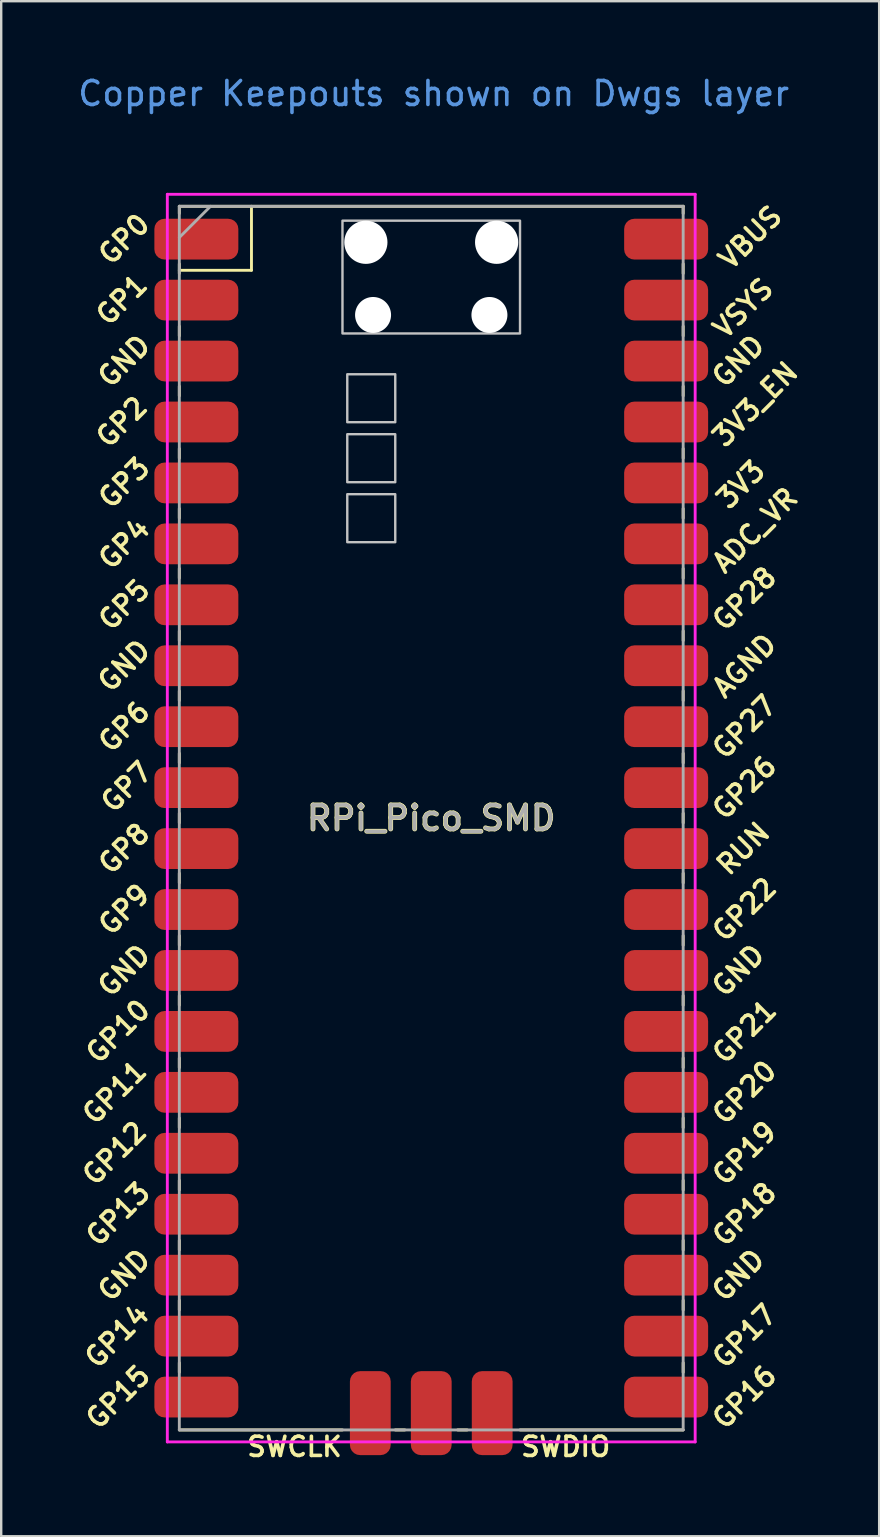
<source format=kicad_pcb>
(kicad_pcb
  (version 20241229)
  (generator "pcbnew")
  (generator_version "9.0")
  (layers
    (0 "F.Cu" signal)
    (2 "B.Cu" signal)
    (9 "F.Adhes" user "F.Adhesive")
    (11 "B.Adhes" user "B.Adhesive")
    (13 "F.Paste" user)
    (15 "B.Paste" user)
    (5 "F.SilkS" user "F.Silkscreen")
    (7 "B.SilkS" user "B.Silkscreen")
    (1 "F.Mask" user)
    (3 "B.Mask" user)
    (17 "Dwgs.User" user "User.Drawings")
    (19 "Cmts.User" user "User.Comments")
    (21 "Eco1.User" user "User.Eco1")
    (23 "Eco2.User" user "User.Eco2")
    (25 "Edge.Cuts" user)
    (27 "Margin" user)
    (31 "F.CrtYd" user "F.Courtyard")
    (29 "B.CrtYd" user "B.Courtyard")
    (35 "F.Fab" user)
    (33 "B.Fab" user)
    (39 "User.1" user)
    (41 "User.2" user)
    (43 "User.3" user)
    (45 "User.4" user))
  (footprint "RPi_Pico_SMD"
    (layer "F.Cu")
    (at 14.924 31.048)
    (property "Reference" "RPi_Pico_SMD" (at 0 0 180) (layer "F.SilkS") (effects (font (size 1 1) (thickness 0.2))))
    (attr through_hole)
    (fp_line (start -10.5 -25.5) (end -10.5 -25.2) (stroke (width 0.12) (type solid)) (layer "F.SilkS"))
    (fp_line (start -10.5 -25.5) (end 10.5 -25.5) (stroke (width 0.12) (type solid)) (layer "F.SilkS"))
    (fp_line (start -10.5 -23.1) (end -10.5 -22.7) (stroke (width 0.12) (type solid)) (layer "F.SilkS"))
    (fp_line (start -10.5 -22.833) (end -7.493 -22.833) (stroke (width 0.12) (type solid)) (layer "F.SilkS"))
    (fp_line (start -10.5 -20.5) (end -10.5 -20.1) (stroke (width 0.12) (type solid)) (layer "F.SilkS"))
    (fp_line (start -10.5 -18) (end -10.5 -17.6) (stroke (width 0.12) (type solid)) (layer "F.SilkS"))
    (fp_line (start -10.5 -15.4) (end -10.5 -15) (stroke (width 0.12) (type solid)) (layer "F.SilkS"))
    (fp_line (start -10.5 -12.9) (end -10.5 -12.5) (stroke (width 0.12) (type solid)) (layer "F.SilkS"))
    (fp_line (start -10.5 -10.4) (end -10.5 -10) (stroke (width 0.12) (type solid)) (layer "F.SilkS"))
    (fp_line (start -10.5 -7.8) (end -10.5 -7.4) (stroke (width 0.12) (type solid)) (layer "F.SilkS"))
    (fp_line (start -10.5 -5.3) (end -10.5 -4.9) (stroke (width 0.12) (type solid)) (layer "F.SilkS"))
    (fp_line (start -10.5 -2.7) (end -10.5 -2.3) (stroke (width 0.12) (type solid)) (layer "F.SilkS"))
    (fp_line (start -10.5 -0.2) (end -10.5 0.2) (stroke (width 0.12) (type solid)) (layer "F.SilkS"))
    (fp_line (start -10.5 2.3) (end -10.5 2.7) (stroke (width 0.12) (type solid)) (layer "F.SilkS"))
    (fp_line (start -10.5 4.9) (end -10.5 5.3) (stroke (width 0.12) (type solid)) (layer "F.SilkS"))
    (fp_line (start -10.5 7.4) (end -10.5 7.8) (stroke (width 0.12) (type solid)) (layer "F.SilkS"))
    (fp_line (start -10.5 10) (end -10.5 10.4) (stroke (width 0.12) (type solid)) (layer "F.SilkS"))
    (fp_line (start -10.5 12.5) (end -10.5 12.9) (stroke (width 0.12) (type solid)) (layer "F.SilkS"))
    (fp_line (start -10.5 15.1) (end -10.5 15.5) (stroke (width 0.12) (type solid)) (layer "F.SilkS"))
    (fp_line (start -10.5 17.6) (end -10.5 18) (stroke (width 0.12) (type solid)) (layer "F.SilkS"))
    (fp_line (start -10.5 20.1) (end -10.5 20.5) (stroke (width 0.12) (type solid)) (layer "F.SilkS"))
    (fp_line (start -10.5 22.7) (end -10.5 23.1) (stroke (width 0.12) (type solid)) (layer "F.SilkS"))
    (fp_line (start -7.493 -22.833) (end -7.493 -25.5) (stroke (width 0.12) (type solid)) (layer "F.SilkS"))
    (fp_line (start -3.7 25.5) (end -10.5 25.5) (stroke (width 0.12) (type solid)) (layer "F.SilkS"))
    (fp_line (start -1.5 25.5) (end -1.1 25.5) (stroke (width 0.12) (type solid)) (layer "F.SilkS"))
    (fp_line (start 1.1 25.5) (end 1.5 25.5) (stroke (width 0.12) (type solid)) (layer "F.SilkS"))
    (fp_line (start 10.5 -25.5) (end 10.5 -25.2) (stroke (width 0.12) (type solid)) (layer "F.SilkS"))
    (fp_line (start 10.5 -23.1) (end 10.5 -22.7) (stroke (width 0.12) (type solid)) (layer "F.SilkS"))
    (fp_line (start 10.5 -20.5) (end 10.5 -20.1) (stroke (width 0.12) (type solid)) (layer "F.SilkS"))
    (fp_line (start 10.5 -18) (end 10.5 -17.6) (stroke (width 0.12) (type solid)) (layer "F.SilkS"))
    (fp_line (start 10.5 -15.4) (end 10.5 -15) (stroke (width 0.12) (type solid)) (layer "F.SilkS"))
    (fp_line (start 10.5 -12.9) (end 10.5 -12.5) (stroke (width 0.12) (type solid)) (layer "F.SilkS"))
    (fp_line (start 10.5 -10.4) (end 10.5 -10) (stroke (width 0.12) (type solid)) (layer "F.SilkS"))
    (fp_line (start 10.5 -7.8) (end 10.5 -7.4) (stroke (width 0.12) (type solid)) (layer "F.SilkS"))
    (fp_line (start 10.5 -5.3) (end 10.5 -4.9) (stroke (width 0.12) (type solid)) (layer "F.SilkS"))
    (fp_line (start 10.5 -2.7) (end 10.5 -2.3) (stroke (width 0.12) (type solid)) (layer "F.SilkS"))
    (fp_line (start 10.5 -0.2) (end 10.5 0.2) (stroke (width 0.12) (type solid)) (layer "F.SilkS"))
    (fp_line (start 10.5 2.3) (end 10.5 2.7) (stroke (width 0.12) (type solid)) (layer "F.SilkS"))
    (fp_line (start 10.5 4.9) (end 10.5 5.3) (stroke (width 0.12) (type solid)) (layer "F.SilkS"))
    (fp_line (start 10.5 7.4) (end 10.5 7.8) (stroke (width 0.12) (type solid)) (layer "F.SilkS"))
    (fp_line (start 10.5 10) (end 10.5 10.4) (stroke (width 0.12) (type solid)) (layer "F.SilkS"))
    (fp_line (start 10.5 12.5) (end 10.5 12.9) (stroke (width 0.12) (type solid)) (layer "F.SilkS"))
    (fp_line (start 10.5 15.1) (end 10.5 15.5) (stroke (width 0.12) (type solid)) (layer "F.SilkS"))
    (fp_line (start 10.5 17.6) (end 10.5 18) (stroke (width 0.12) (type solid)) (layer "F.SilkS"))
    (fp_line (start 10.5 20.1) (end 10.5 20.5) (stroke (width 0.12) (type solid)) (layer "F.SilkS"))
    (fp_line (start 10.5 22.7) (end 10.5 23.1) (stroke (width 0.12) (type solid)) (layer "F.SilkS"))
    (fp_line (start 10.5 25.5) (end 3.7 25.5) (stroke (width 0.12) (type solid)) (layer "F.SilkS"))
    (fp_poly (pts (xy -1.5 -16.5) (xy -3.5 -16.5) (xy -3.5 -18.5) (xy -1.5 -18.5)) (stroke (width 0.1) (type solid)) (fill no) (layer "Dwgs.User"))
    (fp_poly (pts (xy -1.5 -14) (xy -3.5 -14) (xy -3.5 -16) (xy -1.5 -16)) (stroke (width 0.1) (type solid)) (fill no) (layer "Dwgs.User"))
    (fp_poly (pts (xy -1.5 -11.5) (xy -3.5 -11.5) (xy -3.5 -13.5) (xy -1.5 -13.5)) (stroke (width 0.1) (type solid)) (fill no) (layer "Dwgs.User"))
    (fp_poly (pts (xy 3.7 -20.2) (xy -3.7 -20.2) (xy -3.7 -24.9) (xy 3.7 -24.9)) (stroke (width 0.1) (type solid)) (fill no) (layer "Dwgs.User"))
    (fp_line (start -11 -26) (end 11 -26) (stroke (width 0.12) (type solid)) (layer "F.CrtYd"))
    (fp_line (start -11 26) (end -11 -26) (stroke (width 0.12) (type solid)) (layer "F.CrtYd"))
    (fp_line (start 11 -26) (end 11 26) (stroke (width 0.12) (type solid)) (layer "F.CrtYd"))
    (fp_line (start 11 26) (end -11 26) (stroke (width 0.12) (type solid)) (layer "F.CrtYd"))
    (fp_line (start -10.5 -25.5) (end 10.5 -25.5) (stroke (width 0.12) (type solid)) (layer "F.Fab"))
    (fp_line (start -10.5 -24.2) (end -9.2 -25.5) (stroke (width 0.12) (type solid)) (layer "F.Fab"))
    (fp_line (start -10.5 25.5) (end -10.5 -25.5) (stroke (width 0.12) (type solid)) (layer "F.Fab"))
    (fp_line (start 10.5 -25.5) (end 10.5 25.5) (stroke (width 0.12) (type solid)) (layer "F.Fab"))
    (fp_line (start 10.5 25.5) (end -10.5 25.5) (stroke (width 0.12) (type solid)) (layer "F.Fab"))
    (fp_text user "GP2" (at -12.9 -16.51 225) (layer "F.SilkS") (effects (font (size 0.8 0.8) (thickness 0.15))))
    (fp_text user "SWDIO" (at 5.6 26.2 180) (layer "F.SilkS") (effects (font (size 0.8 0.8) (thickness 0.15))))
    (fp_text user "GP15" (at -13.054 24.13 225) (layer "F.SilkS") (effects (font (size 0.8 0.8) (thickness 0.15))))
    (fp_text user "GND" (at -12.8 6.35 225) (layer "F.SilkS") (effects (font (size 0.8 0.8) (thickness 0.15))))
    (fp_text user "GP3" (at -12.8 -13.97 225) (layer "F.SilkS") (effects (font (size 0.8 0.8) (thickness 0.15))))
    (fp_text user "GP28" (at 13.054 -9.144 225) (layer "F.SilkS") (effects (font (size 0.8 0.8) (thickness 0.15))))
    (fp_text user "GP18" (at 13.054 16.51 225) (layer "F.SilkS") (effects (font (size 0.8 0.8) (thickness 0.15))))
    (fp_text user "GP9" (at -12.8 3.81 225) (layer "F.SilkS") (effects (font (size 0.8 0.8) (thickness 0.15))))
    (fp_text user "GP8" (at -12.8 1.27 225) (layer "F.SilkS") (effects (font (size 0.8 0.8) (thickness 0.15))))
    (fp_text user "GP4" (at -12.8 -11.43 225) (layer "F.SilkS") (effects (font (size 0.8 0.8) (thickness 0.15))))
    (fp_text user "GP13" (at -13.054 16.51 225) (layer "F.SilkS") (effects (font (size 0.8 0.8) (thickness 0.15))))
    (fp_text user "GP12" (at -13.2 13.97 225) (layer "F.SilkS") (effects (font (size 0.8 0.8) (thickness 0.15))))
    (fp_text user "GP5" (at -12.8 -8.89 225) (layer "F.SilkS") (effects (font (size 0.8 0.8) (thickness 0.15))))
    (fp_text user "GP20" (at 13.054 11.43 225) (layer "F.SilkS") (effects (font (size 0.8 0.8) (thickness 0.15))))
    (fp_text user "GND" (at 12.8 19.05 225) (layer "F.SilkS") (effects (font (size 0.8 0.8) (thickness 0.15))))
    (fp_text user "GP22" (at 13.054 3.81 225) (layer "F.SilkS") (effects (font (size 0.8 0.8) (thickness 0.15))))
    (fp_text user "3V3" (at 12.9 -13.9 225) (layer "F.SilkS") (effects (font (size 0.8 0.8) (thickness 0.15))))
    (fp_text user "GP19" (at 13.054 13.97 225) (layer "F.SilkS") (effects (font (size 0.8 0.8) (thickness 0.15))))
    (fp_text user "AGND" (at 13.054 -6.35 225) (layer "F.SilkS") (effects (font (size 0.8 0.8) (thickness 0.15))))
    (fp_text user "GND" (at 12.8 6.35 225) (layer "F.SilkS") (effects (font (size 0.8 0.8) (thickness 0.15))))
    (fp_text user "SWCLK" (at -5.7 26.2 180) (layer "F.SilkS") (effects (font (size 0.8 0.8) (thickness 0.15))))
    (fp_text user "GND" (at 12.8 -19.05 225) (layer "F.SilkS") (effects (font (size 0.8 0.8) (thickness 0.15))))
    (fp_text user "GP17" (at 13.054 21.59 225) (layer "F.SilkS") (effects (font (size 0.8 0.8) (thickness 0.15))))
    (fp_text user "GP0" (at -12.8 -24.13 225) (layer "F.SilkS") (effects (font (size 0.8 0.8) (thickness 0.15))))
    (fp_text user "GP14" (at -13.1 21.59 225) (layer "F.SilkS") (effects (font (size 0.8 0.8) (thickness 0.15))))
    (fp_text user "GP26" (at 13.054 -1.27 225) (layer "F.SilkS") (effects (font (size 0.8 0.8) (thickness 0.15))))
    (fp_text user "3V3_EN" (at 13.5 -17.25 225) (layer "F.SilkS") (effects (font (size 0.8 0.8) (thickness 0.15))))
    (fp_text user "GP16" (at 13.054 24.13 225) (layer "F.SilkS") (effects (font (size 0.8 0.8) (thickness 0.15))))
    (fp_text user "VBUS" (at 13.3 -24.2 225) (layer "F.SilkS") (effects (font (size 0.8 0.8) (thickness 0.15))))
    (fp_text user "GND" (at -12.8 19.05 225) (layer "F.SilkS") (effects (font (size 0.8 0.8) (thickness 0.15))))
    (fp_text user "ADC_VR" (at 13.5 -12 225) (layer "F.SilkS") (effects (font (size 0.8 0.8) (thickness 0.15))))
    (fp_text user "GP6" (at -12.8 -3.81 225) (layer "F.SilkS") (effects (font (size 0.8 0.8) (thickness 0.15))))
    (fp_text user "GP27" (at 13.054 -3.8 225) (layer "F.SilkS") (effects (font (size 0.8 0.8) (thickness 0.15))))
    (fp_text user "GP11" (at -13.2 11.43 225) (layer "F.SilkS") (effects (font (size 0.8 0.8) (thickness 0.15))))
    (fp_text user "RUN" (at 13 1.27 225) (layer "F.SilkS") (effects (font (size 0.8 0.8) (thickness 0.15))))
    (fp_text user "GP7" (at -12.7 -1.3 225) (layer "F.SilkS") (effects (font (size 0.8 0.8) (thickness 0.15))))
    (fp_text user "GP21" (at 13.054 8.9 225) (layer "F.SilkS") (effects (font (size 0.8 0.8) (thickness 0.15))))
    (fp_text user "VSYS" (at 13 -21.25 225) (layer "F.SilkS") (effects (font (size 0.8 0.8) (thickness 0.15))))
    (fp_text user "GP10" (at -13.054 8.89 225) (layer "F.SilkS") (effects (font (size 0.8 0.8) (thickness 0.15))))
    (fp_text user "GP1" (at -12.9 -21.6 225) (layer "F.SilkS") (effects (font (size 0.8 0.8) (thickness 0.15))))
    (fp_text user "GND" (at -12.8 -6.35 225) (layer "F.SilkS") (effects (font (size 0.8 0.8) (thickness 0.15))))
    (fp_text user "GND" (at -12.8 -19.05 225) (layer "F.SilkS") (effects (font (size 0.8 0.8) (thickness 0.15))))
    (fp_text user "Copper Keepouts shown on Dwgs layer" (at 0.1 -30.2 180) (layer "Cmts.User") (effects (font (size 1 1) (thickness 0.15))))
    (fp_text user "${REFERENCE}" (at 0 0 180) (layer "F.Fab") (effects (font (size 1 1) (thickness 0.15))))
    (pad "" np_thru_hole oval (at -2.725 -24) (size 1.8 1.8) (drill 1.8) (layers "*.Cu" "*.Mask"))
    (pad "" np_thru_hole oval (at -2.425 -20.97) (size 1.5 1.5) (drill 1.5) (layers "*.Cu" "*.Mask"))
    (pad "" np_thru_hole oval (at 2.425 -20.97) (size 1.5 1.5) (drill 1.5) (layers "*.Cu" "*.Mask"))
    (pad "" np_thru_hole oval (at 2.725 -24) (size 1.8 1.8) (drill 1.8) (layers "*.Cu" "*.Mask"))
    (pad "1" smd roundrect (at -8.89 -24.13) (size 3.5 1.7) (drill (offset -0.9 0)) (layers "F.Cu" "F.Mask") (roundrect_rratio 0.25))
    (pad "2" smd roundrect (at -8.89 -21.59) (size 3.5 1.7) (drill (offset -0.9 0)) (layers "F.Cu" "F.Mask") (roundrect_rratio 0.25))
    (pad "3" smd roundrect (at -8.89 -19.05) (size 3.5 1.7) (drill (offset -0.9 0)) (layers "F.Cu" "F.Mask") (roundrect_rratio 0.25))
    (pad "4" smd roundrect (at -8.89 -16.51) (size 3.5 1.7) (drill (offset -0.9 0)) (layers "F.Cu" "F.Mask") (roundrect_rratio 0.25))
    (pad "5" smd roundrect (at -8.89 -13.97) (size 3.5 1.7) (drill (offset -0.9 0)) (layers "F.Cu" "F.Mask") (roundrect_rratio 0.25))
    (pad "6" smd roundrect (at -8.89 -11.43) (size 3.5 1.7) (drill (offset -0.9 0)) (layers "F.Cu" "F.Mask") (roundrect_rratio 0.25))
    (pad "7" smd roundrect (at -8.89 -8.89) (size 3.5 1.7) (drill (offset -0.9 0)) (layers "F.Cu" "F.Mask") (roundrect_rratio 0.25))
    (pad "8" smd roundrect (at -8.89 -6.35) (size 3.5 1.7) (drill (offset -0.9 0)) (layers "F.Cu" "F.Mask") (roundrect_rratio 0.25))
    (pad "9" smd roundrect (at -8.89 -3.81) (size 3.5 1.7) (drill (offset -0.9 0)) (layers "F.Cu" "F.Mask") (roundrect_rratio 0.25))
    (pad "10" smd roundrect (at -8.89 -1.27) (size 3.5 1.7) (drill (offset -0.9 0)) (layers "F.Cu" "F.Mask") (roundrect_rratio 0.25))
    (pad "11" smd roundrect (at -8.89 1.27) (size 3.5 1.7) (drill (offset -0.9 0)) (layers "F.Cu" "F.Mask") (roundrect_rratio 0.25))
    (pad "12" smd roundrect (at -8.89 3.81) (size 3.5 1.7) (drill (offset -0.9 0)) (layers "F.Cu" "F.Mask") (roundrect_rratio 0.25))
    (pad "13" smd roundrect (at -8.89 6.35) (size 3.5 1.7) (drill (offset -0.9 0)) (layers "F.Cu" "F.Mask") (roundrect_rratio 0.25))
    (pad "14" smd roundrect (at -8.89 8.89) (size 3.5 1.7) (drill (offset -0.9 0)) (layers "F.Cu" "F.Mask") (roundrect_rratio 0.25))
    (pad "15" smd roundrect (at -8.89 11.43) (size 3.5 1.7) (drill (offset -0.9 0)) (layers "F.Cu" "F.Mask") (roundrect_rratio 0.25))
    (pad "16" smd roundrect (at -8.89 13.97) (size 3.5 1.7) (drill (offset -0.9 0)) (layers "F.Cu" "F.Mask") (roundrect_rratio 0.25))
    (pad "17" smd roundrect (at -8.89 16.51) (size 3.5 1.7) (drill (offset -0.9 0)) (layers "F.Cu" "F.Mask") (roundrect_rratio 0.25))
    (pad "18" smd roundrect (at -8.89 19.05) (size 3.5 1.7) (drill (offset -0.9 0)) (layers "F.Cu" "F.Mask") (roundrect_rratio 0.25))
    (pad "19" smd roundrect (at -8.89 21.59) (size 3.5 1.7) (drill (offset -0.9 0)) (layers "F.Cu" "F.Mask") (roundrect_rratio 0.25))
    (pad "20" smd roundrect (at -8.89 24.13) (size 3.5 1.7) (drill (offset -0.9 0)) (layers "F.Cu" "F.Mask") (roundrect_rratio 0.25))
    (pad "21" smd roundrect (at 8.89 24.13) (size 3.5 1.7) (drill (offset 0.9 0)) (layers "F.Cu" "F.Mask") (roundrect_rratio 0.25))
    (pad "22" smd roundrect (at 8.89 21.59) (size 3.5 1.7) (drill (offset 0.9 0)) (layers "F.Cu" "F.Mask") (roundrect_rratio 0.25))
    (pad "23" smd roundrect (at 8.89 19.05) (size 3.5 1.7) (drill (offset 0.9 0)) (layers "F.Cu" "F.Mask") (roundrect_rratio 0.25))
    (pad "24" smd roundrect (at 8.89 16.51) (size 3.5 1.7) (drill (offset 0.9 0)) (layers "F.Cu" "F.Mask") (roundrect_rratio 0.25))
    (pad "25" smd roundrect (at 8.89 13.97) (size 3.5 1.7) (drill (offset 0.9 0)) (layers "F.Cu" "F.Mask") (roundrect_rratio 0.25))
    (pad "26" smd roundrect (at 8.89 11.43) (size 3.5 1.7) (drill (offset 0.9 0)) (layers "F.Cu" "F.Mask") (roundrect_rratio 0.25))
    (pad "27" smd roundrect (at 8.89 8.89) (size 3.5 1.7) (drill (offset 0.9 0)) (layers "F.Cu" "F.Mask") (roundrect_rratio 0.25))
    (pad "28" smd roundrect (at 8.89 6.35) (size 3.5 1.7) (drill (offset 0.9 0)) (layers "F.Cu" "F.Mask") (roundrect_rratio 0.25))
    (pad "29" smd roundrect (at 8.89 3.81) (size 3.5 1.7) (drill (offset 0.9 0)) (layers "F.Cu" "F.Mask") (roundrect_rratio 0.25))
    (pad "30" smd roundrect (at 8.89 1.27) (size 3.5 1.7) (drill (offset 0.9 0)) (layers "F.Cu" "F.Mask") (roundrect_rratio 0.25))
    (pad "31" smd roundrect (at 8.89 -1.27) (size 3.5 1.7) (drill (offset 0.9 0)) (layers "F.Cu" "F.Mask") (roundrect_rratio 0.25))
    (pad "32" smd roundrect (at 8.89 -3.81) (size 3.5 1.7) (drill (offset 0.9 0)) (layers "F.Cu" "F.Mask") (roundrect_rratio 0.25))
    (pad "33" smd roundrect (at 8.89 -6.35) (size 3.5 1.7) (drill (offset 0.9 0)) (layers "F.Cu" "F.Mask") (roundrect_rratio 0.25))
    (pad "34" smd roundrect (at 8.89 -8.89) (size 3.5 1.7) (drill (offset 0.9 0)) (layers "F.Cu" "F.Mask") (roundrect_rratio 0.25))
    (pad "35" smd roundrect (at 8.89 -11.43) (size 3.5 1.7) (drill (offset 0.9 0)) (layers "F.Cu" "F.Mask") (roundrect_rratio 0.25))
    (pad "36" smd roundrect (at 8.89 -13.97) (size 3.5 1.7) (drill (offset 0.9 0)) (layers "F.Cu" "F.Mask") (roundrect_rratio 0.25))
    (pad "37" smd roundrect (at 8.89 -16.51) (size 3.5 1.7) (drill (offset 0.9 0)) (layers "F.Cu" "F.Mask") (roundrect_rratio 0.25))
    (pad "38" smd roundrect (at 8.89 -19.05) (size 3.5 1.7) (drill (offset 0.9 0)) (layers "F.Cu" "F.Mask") (roundrect_rratio 0.25))
    (pad "39" smd roundrect (at 8.89 -21.59) (size 3.5 1.7) (drill (offset 0.9 0)) (layers "F.Cu" "F.Mask") (roundrect_rratio 0.25))
    (pad "40" smd roundrect (at 8.89 -24.13) (size 3.5 1.7) (drill (offset 0.9 0)) (layers "F.Cu" "F.Mask") (roundrect_rratio 0.25))
    (pad "41" smd roundrect (at -2.54 23.9 90) (size 3.5 1.7) (drill (offset -0.9 0)) (layers "F.Cu" "F.Mask") (roundrect_rratio 0.25))
    (pad "42" smd roundrect (at 0 23.9 90) (size 3.5 1.7) (drill (offset -0.9 0)) (layers "F.Cu" "F.Mask") (roundrect_rratio 0.25))
    (pad "43" smd roundrect (at 2.54 23.9 90) (size 3.5 1.7) (drill (offset -0.9 0)) (layers "F.Cu" "F.Mask") (roundrect_rratio 0.25)))
  (gr_rect
    (start -3 -3)
    (end 33.593 60.98)
    (stroke (width 0.1) (type default))
    (fill no)
    (layer "Edge.Cuts")))
</source>
